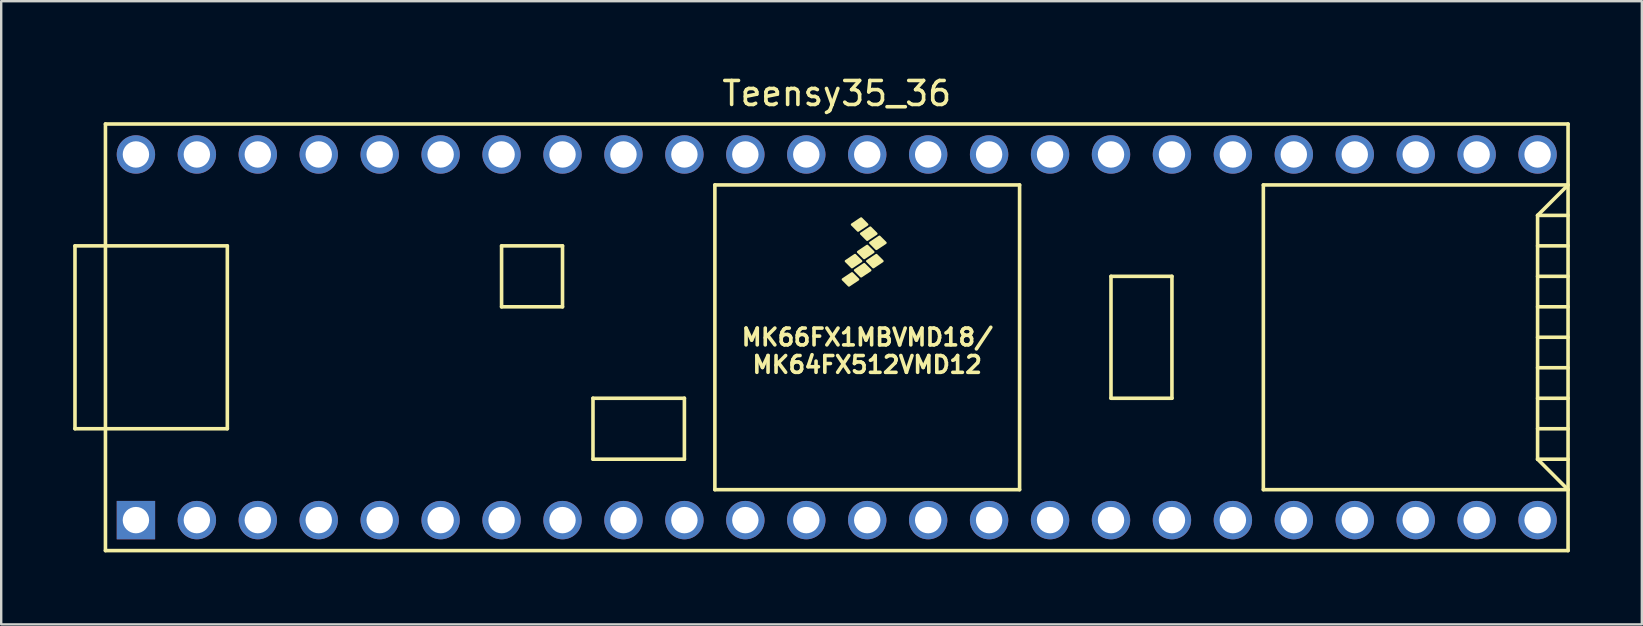
<source format=kicad_pcb>
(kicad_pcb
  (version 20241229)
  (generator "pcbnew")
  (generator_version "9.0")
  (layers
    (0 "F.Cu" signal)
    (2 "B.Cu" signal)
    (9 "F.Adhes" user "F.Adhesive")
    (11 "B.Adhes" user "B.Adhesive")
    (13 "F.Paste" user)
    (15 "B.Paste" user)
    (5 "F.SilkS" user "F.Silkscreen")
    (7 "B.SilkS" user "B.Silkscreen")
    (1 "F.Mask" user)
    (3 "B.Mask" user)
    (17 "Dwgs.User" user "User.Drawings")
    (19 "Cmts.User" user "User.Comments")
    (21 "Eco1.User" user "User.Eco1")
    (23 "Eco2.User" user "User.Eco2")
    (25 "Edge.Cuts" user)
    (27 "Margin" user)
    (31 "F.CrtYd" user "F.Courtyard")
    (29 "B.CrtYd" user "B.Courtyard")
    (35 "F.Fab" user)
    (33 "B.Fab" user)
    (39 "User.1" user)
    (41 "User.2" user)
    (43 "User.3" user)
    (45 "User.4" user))
  (footprint "Teensy35_36"
    (layer "F.Cu")
    (at 31.825 11.008)
    (property "Reference" "Teensy35_36" (at 0 -10.16 0) (layer "F.SilkS") (effects (font (size 1 1) (thickness 0.15))))
    (attr through_hole)
    (fp_line (start -31.75 -3.81) (end -30.48 -3.81) (stroke (width 0.15) (type solid)) (layer "F.SilkS"))
    (fp_line (start -31.75 3.81) (end -31.75 -3.81) (stroke (width 0.15) (type solid)) (layer "F.SilkS"))
    (fp_line (start -30.48 3.81) (end -31.75 3.81) (stroke (width 0.15) (type solid)) (layer "F.SilkS"))
    (fp_line (start -30.48 8.89) (end -30.48 -8.89) (stroke (width 0.15) (type solid)) (layer "F.SilkS"))
    (fp_line (start -30.48 8.89) (end 30.48 8.89) (stroke (width 0.15) (type solid)) (layer "F.SilkS"))
    (fp_line (start -25.4 -3.81) (end -30.48 -3.81) (stroke (width 0.15) (type solid)) (layer "F.SilkS"))
    (fp_line (start -25.4 3.81) (end -30.48 3.81) (stroke (width 0.15) (type solid)) (layer "F.SilkS"))
    (fp_line (start -25.4 3.81) (end -25.4 -3.81) (stroke (width 0.15) (type solid)) (layer "F.SilkS"))
    (fp_line (start -13.97 -3.81) (end -13.97 -1.27) (stroke (width 0.15) (type solid)) (layer "F.SilkS"))
    (fp_line (start -13.97 -1.27) (end -11.43 -1.27) (stroke (width 0.15) (type solid)) (layer "F.SilkS"))
    (fp_line (start -11.43 -3.81) (end -13.97 -3.81) (stroke (width 0.15) (type solid)) (layer "F.SilkS"))
    (fp_line (start -11.43 -1.27) (end -11.43 -3.81) (stroke (width 0.15) (type solid)) (layer "F.SilkS"))
    (fp_line (start -10.16 2.54) (end -6.35 2.54) (stroke (width 0.15) (type solid)) (layer "F.SilkS"))
    (fp_line (start -10.16 5.08) (end -10.16 2.54) (stroke (width 0.15) (type solid)) (layer "F.SilkS"))
    (fp_line (start -6.35 2.54) (end -6.35 5.08) (stroke (width 0.15) (type solid)) (layer "F.SilkS"))
    (fp_line (start -6.35 5.08) (end -10.16 5.08) (stroke (width 0.15) (type solid)) (layer "F.SilkS"))
    (fp_line (start -5.08 -6.35) (end -5.08 6.35) (stroke (width 0.15) (type solid)) (layer "F.SilkS"))
    (fp_line (start -5.08 -6.35) (end 7.62 -6.35) (stroke (width 0.15) (type solid)) (layer "F.SilkS"))
    (fp_line (start -5.08 6.35) (end 7.62 6.35) (stroke (width 0.15) (type solid)) (layer "F.SilkS"))
    (fp_line (start 7.62 6.35) (end 7.62 -6.35) (stroke (width 0.15) (type solid)) (layer "F.SilkS"))
    (fp_line (start 11.43 -2.54) (end 13.97 -2.54) (stroke (width 0.15) (type solid)) (layer "F.SilkS"))
    (fp_line (start 11.43 2.54) (end 11.43 -2.54) (stroke (width 0.15) (type solid)) (layer "F.SilkS"))
    (fp_line (start 13.97 -2.54) (end 13.97 2.54) (stroke (width 0.15) (type solid)) (layer "F.SilkS"))
    (fp_line (start 13.97 2.54) (end 11.43 2.54) (stroke (width 0.15) (type solid)) (layer "F.SilkS"))
    (fp_line (start 17.78 -6.35) (end 17.78 6.35) (stroke (width 0.15) (type solid)) (layer "F.SilkS"))
    (fp_line (start 17.78 6.35) (end 30.48 6.35) (stroke (width 0.15) (type solid)) (layer "F.SilkS"))
    (fp_line (start 29.21 -5.08) (end 30.48 -6.35) (stroke (width 0.15) (type solid)) (layer "F.SilkS"))
    (fp_line (start 29.21 -5.08) (end 30.48 -5.08) (stroke (width 0.15) (type solid)) (layer "F.SilkS"))
    (fp_line (start 29.21 -3.81) (end 30.48 -3.81) (stroke (width 0.15) (type solid)) (layer "F.SilkS"))
    (fp_line (start 29.21 -2.54) (end 30.48 -2.54) (stroke (width 0.15) (type solid)) (layer "F.SilkS"))
    (fp_line (start 29.21 -1.27) (end 30.48 -1.27) (stroke (width 0.15) (type solid)) (layer "F.SilkS"))
    (fp_line (start 29.21 0) (end 30.48 0) (stroke (width 0.15) (type solid)) (layer "F.SilkS"))
    (fp_line (start 29.21 1.27) (end 30.48 1.27) (stroke (width 0.15) (type solid)) (layer "F.SilkS"))
    (fp_line (start 29.21 2.54) (end 30.48 2.54) (stroke (width 0.15) (type solid)) (layer "F.SilkS"))
    (fp_line (start 29.21 3.81) (end 30.48 3.81) (stroke (width 0.15) (type solid)) (layer "F.SilkS"))
    (fp_line (start 29.21 5.08) (end 29.21 -5.08) (stroke (width 0.15) (type solid)) (layer "F.SilkS"))
    (fp_line (start 29.21 5.08) (end 30.48 5.08) (stroke (width 0.15) (type solid)) (layer "F.SilkS"))
    (fp_line (start 30.48 -8.89) (end -30.48 -8.89) (stroke (width 0.15) (type solid)) (layer "F.SilkS"))
    (fp_line (start 30.48 -8.89) (end 30.48 8.89) (stroke (width 0.15) (type solid)) (layer "F.SilkS"))
    (fp_line (start 30.48 -6.35) (end 17.78 -6.35) (stroke (width 0.15) (type solid)) (layer "F.SilkS"))
    (fp_line (start 30.48 6.35) (end 29.21 5.08) (stroke (width 0.15) (type solid)) (layer "F.SilkS"))
    (fp_poly (pts (xy 0.635 -2.667) (xy 0.889 -2.413) (xy 0.508 -2.159) (xy 0.254 -2.413)) (stroke (width 0.1) (type solid)) (fill yes) (layer "F.SilkS"))
    (fp_poly (pts (xy 0.762 -3.429) (xy 1.016 -3.175) (xy 0.635 -2.921) (xy 0.381 -3.175)) (stroke (width 0.1) (type solid)) (fill yes) (layer "F.SilkS"))
    (fp_poly (pts (xy 1.016 -4.953) (xy 1.27 -4.699) (xy 0.889 -4.445) (xy 0.635 -4.699)) (stroke (width 0.1) (type solid)) (fill yes) (layer "F.SilkS"))
    (fp_poly (pts (xy 1.143 -3.048) (xy 1.397 -2.794) (xy 1.016 -2.54) (xy 0.762 -2.794)) (stroke (width 0.1) (type solid)) (fill yes) (layer "F.SilkS"))
    (fp_poly (pts (xy 1.27 -3.81) (xy 1.524 -3.556) (xy 1.143 -3.302) (xy 0.889 -3.556)) (stroke (width 0.1) (type solid)) (fill yes) (layer "F.SilkS"))
    (fp_poly (pts (xy 1.397 -4.572) (xy 1.651 -4.318) (xy 1.27 -4.064) (xy 1.016 -4.318)) (stroke (width 0.1) (type solid)) (fill yes) (layer "F.SilkS"))
    (fp_poly (pts (xy 1.651 -3.429) (xy 1.905 -3.175) (xy 1.524 -2.921) (xy 1.27 -3.175)) (stroke (width 0.1) (type solid)) (fill yes) (layer "F.SilkS"))
    (fp_poly (pts (xy 1.778 -4.191) (xy 2.032 -3.937) (xy 1.651 -3.683) (xy 1.397 -3.937)) (stroke (width 0.1) (type solid)) (fill yes) (layer "F.SilkS"))
    (fp_text user "MK64FX512VMD12" (at 1.27 1.143 0) (layer "F.SilkS") (effects (font (size 0.7 0.7) (thickness 0.15))))
    (fp_text user "MK66FX1MBVMD18/" (at 1.27 0 0) (layer "F.SilkS") (effects (font (size 0.7 0.7) (thickness 0.15))))
    (pad "0" thru_hole circle (at -26.67 7.62) (size 1.6 1.6) (drill 1.1) (layers "*.Cu" "*.Mask"))
    (pad "1" thru_hole circle (at -24.13 7.62) (size 1.6 1.6) (drill 1.1) (layers "*.Cu" "*.Mask"))
    (pad "2" thru_hole circle (at -21.59 7.62) (size 1.6 1.6) (drill 1.1) (layers "*.Cu" "*.Mask"))
    (pad "3" thru_hole circle (at -19.05 7.62) (size 1.6 1.6) (drill 1.1) (layers "*.Cu" "*.Mask"))
    (pad "3.3V" thru_hole circle (at -24.13 -7.62) (size 1.6 1.6) (drill 1.1) (layers "*.Cu" "*.Mask"))
    (pad "3.3V" thru_hole circle (at 6.35 7.62) (size 1.6 1.6) (drill 1.1) (layers "*.Cu" "*.Mask"))
    (pad "4" thru_hole circle (at -16.51 7.62) (size 1.6 1.6) (drill 1.1) (layers "*.Cu" "*.Mask"))
    (pad "5" thru_hole circle (at -13.97 7.62) (size 1.6 1.6) (drill 1.1) (layers "*.Cu" "*.Mask"))
    (pad "6" thru_hole circle (at -11.43 7.62) (size 1.6 1.6) (drill 1.1) (layers "*.Cu" "*.Mask"))
    (pad "7" thru_hole circle (at -8.89 7.62) (size 1.6 1.6) (drill 1.1) (layers "*.Cu" "*.Mask"))
    (pad "8" thru_hole circle (at -6.35 7.62) (size 1.6 1.6) (drill 1.1) (layers "*.Cu" "*.Mask"))
    (pad "9" thru_hole circle (at -3.81 7.62) (size 1.6 1.6) (drill 1.1) (layers "*.Cu" "*.Mask"))
    (pad "10" thru_hole circle (at -1.27 7.62) (size 1.6 1.6) (drill 1.1) (layers "*.Cu" "*.Mask"))
    (pad "11" thru_hole circle (at 1.27 7.62) (size 1.6 1.6) (drill 1.1) (layers "*.Cu" "*.Mask"))
    (pad "12" thru_hole circle (at 3.81 7.62) (size 1.6 1.6) (drill 1.1) (layers "*.Cu" "*.Mask"))
    (pad "13" thru_hole circle (at 3.81 -7.62) (size 1.6 1.6) (drill 1.1) (layers "*.Cu" "*.Mask"))
    (pad "14" thru_hole circle (at 1.27 -7.62) (size 1.6 1.6) (drill 1.1) (layers "*.Cu" "*.Mask"))
    (pad "15" thru_hole circle (at -1.27 -7.62) (size 1.6 1.6) (drill 1.1) (layers "*.Cu" "*.Mask"))
    (pad "16" thru_hole circle (at -3.81 -7.62) (size 1.6 1.6) (drill 1.1) (layers "*.Cu" "*.Mask"))
    (pad "17" thru_hole circle (at -6.35 -7.62) (size 1.6 1.6) (drill 1.1) (layers "*.Cu" "*.Mask"))
    (pad "18" thru_hole circle (at -8.89 -7.62) (size 1.6 1.6) (drill 1.1) (layers "*.Cu" "*.Mask"))
    (pad "19" thru_hole circle (at -11.43 -7.62) (size 1.6 1.6) (drill 1.1) (layers "*.Cu" "*.Mask"))
    (pad "20" thru_hole circle (at -13.97 -7.62) (size 1.6 1.6) (drill 1.1) (layers "*.Cu" "*.Mask"))
    (pad "21" thru_hole circle (at -16.51 -7.62) (size 1.6 1.6) (drill 1.1) (layers "*.Cu" "*.Mask"))
    (pad "22" thru_hole circle (at -19.05 -7.62) (size 1.6 1.6) (drill 1.1) (layers "*.Cu" "*.Mask"))
    (pad "23" thru_hole circle (at -21.59 -7.62) (size 1.6 1.6) (drill 1.1) (layers "*.Cu" "*.Mask"))
    (pad "24" thru_hole circle (at 8.89 7.62) (size 1.6 1.6) (drill 1.1) (layers "*.Cu" "*.Mask"))
    (pad "25" thru_hole circle (at 11.43 7.62) (size 1.6 1.6) (drill 1.1) (layers "*.Cu" "*.Mask"))
    (pad "26" thru_hole circle (at 13.97 7.62) (size 1.6 1.6) (drill 1.1) (layers "*.Cu" "*.Mask"))
    (pad "27" thru_hole circle (at 16.51 7.62) (size 1.6 1.6) (drill 1.1) (layers "*.Cu" "*.Mask"))
    (pad "28" thru_hole circle (at 19.05 7.62) (size 1.6 1.6) (drill 1.1) (layers "*.Cu" "*.Mask"))
    (pad "29" thru_hole circle (at 21.59 7.62) (size 1.6 1.6) (drill 1.1) (layers "*.Cu" "*.Mask"))
    (pad "30" thru_hole circle (at 24.13 7.62) (size 1.6 1.6) (drill 1.1) (layers "*.Cu" "*.Mask"))
    (pad "31" thru_hole circle (at 26.67 7.62) (size 1.6 1.6) (drill 1.1) (layers "*.Cu" "*.Mask"))
    (pad "32" thru_hole circle (at 29.21 7.62) (size 1.6 1.6) (drill 1.1) (layers "*.Cu" "*.Mask"))
    (pad "33" thru_hole circle (at 29.21 -7.62) (size 1.6 1.6) (drill 1.1) (layers "*.Cu" "*.Mask"))
    (pad "34" thru_hole circle (at 26.67 -7.62) (size 1.6 1.6) (drill 1.1) (layers "*.Cu" "*.Mask"))
    (pad "35" thru_hole circle (at 24.13 -7.62) (size 1.6 1.6) (drill 1.1) (layers "*.Cu" "*.Mask"))
    (pad "36" thru_hole circle (at 21.59 -7.62) (size 1.6 1.6) (drill 1.1) (layers "*.Cu" "*.Mask"))
    (pad "37" thru_hole circle (at 19.05 -7.62) (size 1.6 1.6) (drill 1.1) (layers "*.Cu" "*.Mask"))
    (pad "38" thru_hole circle (at 16.51 -7.62) (size 1.6 1.6) (drill 1.1) (layers "*.Cu" "*.Mask"))
    (pad "39" thru_hole circle (at 13.97 -7.62) (size 1.6 1.6) (drill 1.1) (layers "*.Cu" "*.Mask"))
    (pad "AGND" thru_hole circle (at -26.67 -7.62) (size 1.6 1.6) (drill 1.1) (layers "*.Cu" "*.Mask"))
    (pad "DAC0" thru_hole circle (at 11.43 -7.62) (size 1.6 1.6) (drill 1.1) (layers "*.Cu" "*.Mask"))
    (pad "DAC1" thru_hole circle (at 8.89 -7.62) (size 1.6 1.6) (drill 1.1) (layers "*.Cu" "*.Mask"))
    (pad "GND" thru_hole rect (at -29.21 7.62) (size 1.6 1.6) (drill 1.1) (layers "*.Cu" "*.Mask"))
    (pad "GND" thru_hole circle (at 6.35 -7.62) (size 1.6 1.6) (drill 1.1) (layers "*.Cu" "*.Mask"))
    (pad "Vin" thru_hole circle (at -29.21 -7.62) (size 1.6 1.6) (drill 1.1) (layers "*.Cu" "*.Mask")))
  (gr_rect
    (start -3 -3)
    (end 65.38 22.973)
    (stroke (width 0.1) (type default))
    (fill no)
    (layer "Edge.Cuts")))
</source>
